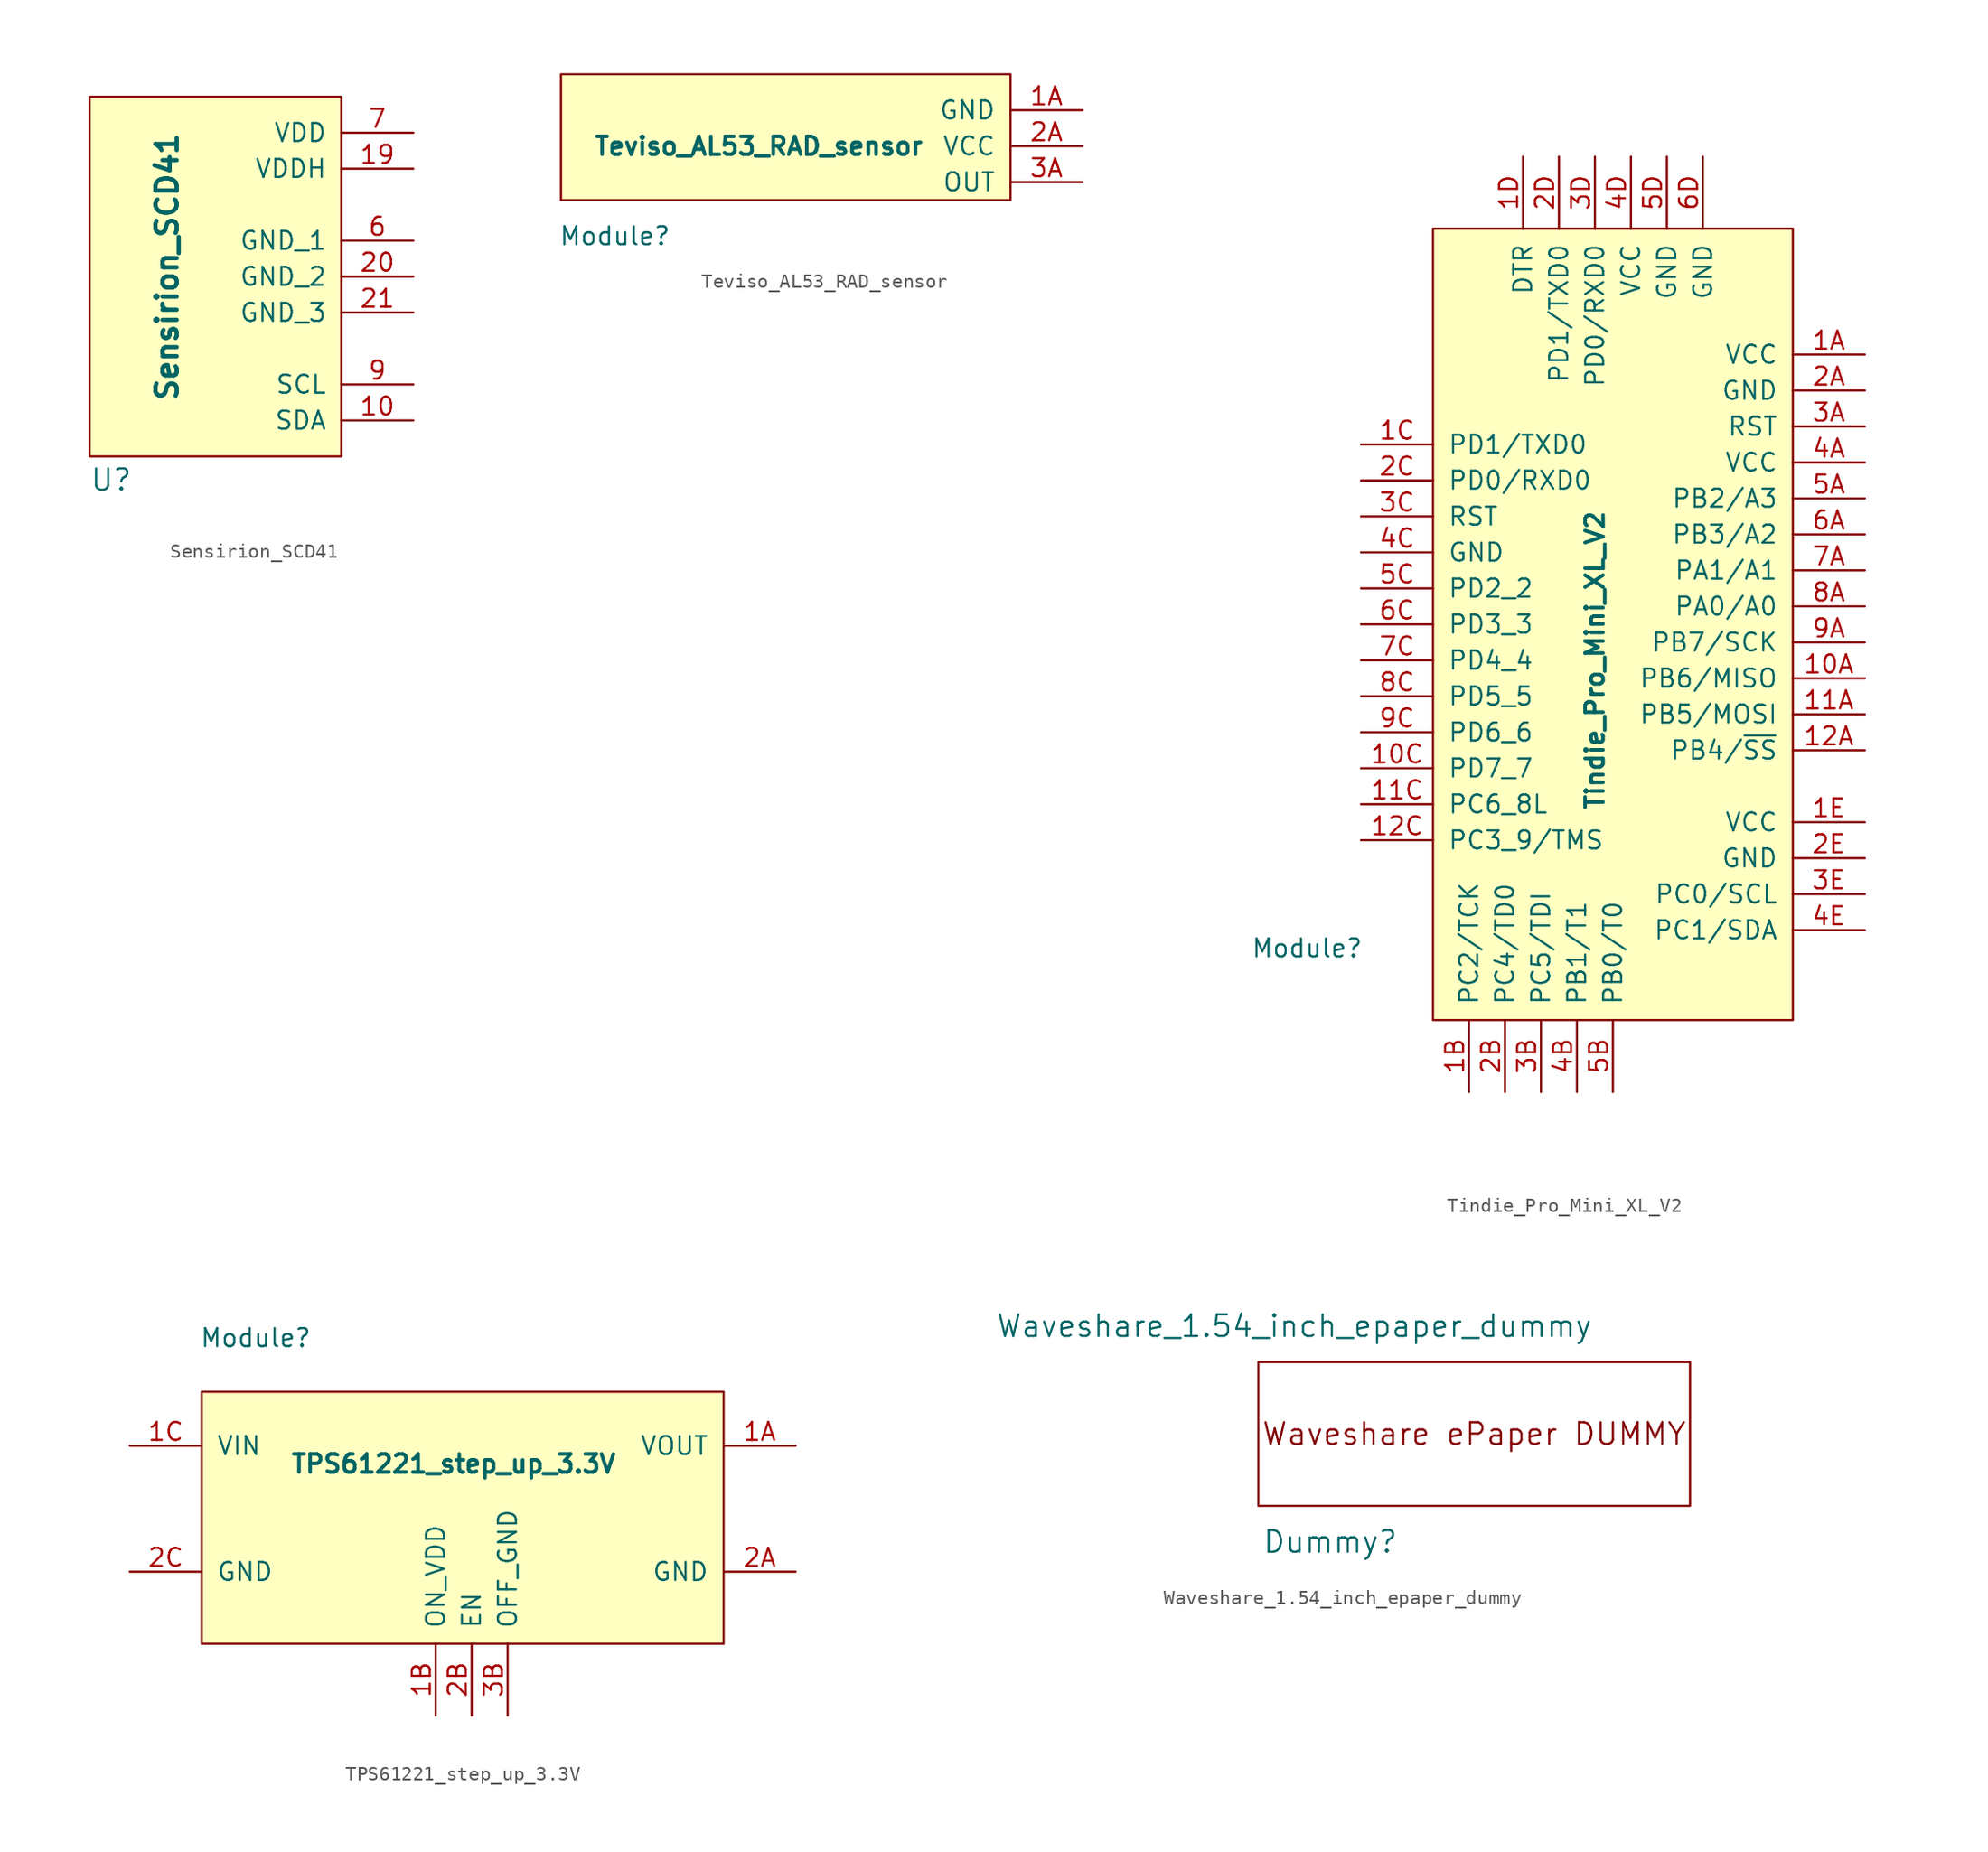
<source format=kicad_sym>
(kicad_symbol_lib
  (version 20211014)
  (generator kicad_symbol_editor)
  (symbol "Sensirion_SCD41"
    (pin_names
      (offset 0.991))
    (property "Reference" "U"
      (at 0 -27.94 0)
      (effects (font (size 1.499 1.499)) (justify left bottom)))
    (property "Value" "Sensirion_SCD41"
      (at 6.35 -21.59 90)
      (effects (font (size 1.499 1.499) bold) (justify left bottom)))
    (symbol "Sensirion_SCD41_0_1"
      (rectangle (start 0 -25.4) (end 17.78 0) (stroke (width 0) (type default) (color 0 0 0 0)) (fill (type background))))
    (symbol "Sensirion_SCD41_1_0"
      (pin bidirectional line (at 22.86 -22.86 180) (length 5.08) (name "SDA" (effects (font (size 1.27 1.27)))) (number "10" (effects (font (size 1.27 1.27)))))
      (pin power_in line (at 22.86 -5.08 180) (length 5.08) (name "VDDH" (effects (font (size 1.27 1.27)))) (number "19" (effects (font (size 1.27 1.27)))))
      (pin power_in line (at 22.86 -12.7 180) (length 5.08) (name "GND_2" (effects (font (size 1.27 1.27)))) (number "20" (effects (font (size 1.27 1.27)))))
      (pin power_in line (at 22.86 -15.24 180) (length 5.08) (name "GND_3" (effects (font (size 1.27 1.27)))) (number "21" (effects (font (size 1.27 1.27)))))
      (pin power_in line (at 22.86 -10.16 180) (length 5.08) (name "GND_1" (effects (font (size 1.27 1.27)))) (number "6" (effects (font (size 1.27 1.27)))))
      (pin power_in line (at 22.86 -2.54 180) (length 5.08) (name "VDD" (effects (font (size 1.27 1.27)))) (number "7" (effects (font (size 1.27 1.27)))))
      (pin input line (at 22.86 -20.32 180) (length 5.08) (name "SCL" (effects (font (size 1.27 1.27)))) (number "9" (effects (font (size 1.27 1.27)))))))
  (symbol "Teviso_AL53_RAD_sensor"
    (pin_names
      (offset 1.016))
    (property "Reference" "Module"
      (at 3.81 -2.54 0)
      (effects (font (size 1.27 1.27))))
    (property "Value" "Teviso_AL53_RAD_sensor"
      (at 13.97 3.81 0)
      (effects (font (size 1.27 1.27) bold)))
    (symbol "Teviso_AL53_RAD_sensor_0_1"
      (rectangle (start 31.75 0) (end 0 8.89) (stroke (width 0) (type default) (color 0 0 0 0)) (fill (type background))))
    (symbol "Teviso_AL53_RAD_sensor_1_1"
      (pin power_in line (at 36.83 6.35 180) (length 5.08) (name "GND" (effects (font (size 1.27 1.27)))) (number "1A" (effects (font (size 1.27 1.27)))))
      (pin power_in line (at 36.83 3.81 180) (length 5.08) (name "VCC" (effects (font (size 1.27 1.27)))) (number "2A" (effects (font (size 1.27 1.27)))))
      (pin output line (at 36.83 1.27 180) (length 5.08) (name "OUT" (effects (font (size 1.27 1.27)))) (number "3A" (effects (font (size 1.27 1.27)))))))
  (symbol "Tindie_Pro_Mini_XL_V2"
    (pin_names
      (offset 1.016))
    (property "Reference" "Module"
      (at -8.89 5.08 0)
      (effects (font (size 1.27 1.27))))
    (property "Value" "Tindie_Pro_Mini_XL_V2"
      (at 11.43 25.4 90)
      (effects (font (size 1.27 1.27) bold)))
    (symbol "Tindie_Pro_Mini_XL_V2_0_0"
      (pin bidirectional line (at 30.48 6.35 180) (length 5.08) (name "PC1/SDA" (effects (font (size 1.27 1.27)))) (number "4E" (effects (font (size 1.27 1.27))))))
    (symbol "Tindie_Pro_Mini_XL_V2_0_1"
      (rectangle (start 0 0) (end 25.4 55.88) (stroke (width 0) (type default) (color 0 0 0 0)) (fill (type background))))
    (symbol "Tindie_Pro_Mini_XL_V2_1_1"
      (pin bidirectional line (at 30.48 24.13 180) (length 5.08) (name "PB6/MISO" (effects (font (size 1.27 1.27)))) (number "10A" (effects (font (size 1.27 1.27)))))
      (pin bidirectional line (at -5.08 17.78 0) (length 5.08) (name "PD7_7" (effects (font (size 1.27 1.27)))) (number "10C" (effects (font (size 1.27 1.27)))))
      (pin bidirectional line (at 30.48 21.59 180) (length 5.08) (name "PB5/MOSI" (effects (font (size 1.27 1.27)))) (number "11A" (effects (font (size 1.27 1.27)))))
      (pin bidirectional line (at -5.08 15.24 0) (length 5.08) (name "PC6_8L" (effects (font (size 1.27 1.27)))) (number "11C" (effects (font (size 1.27 1.27)))))
      (pin bidirectional line (at 30.48 19.05 180) (length 5.08) (name "PB4/~{SS}" (effects (font (size 1.27 1.27)))) (number "12A" (effects (font (size 1.27 1.27)))))
      (pin bidirectional line (at -5.08 12.7 0) (length 5.08) (name "PC3_9/TMS" (effects (font (size 1.27 1.27)))) (number "12C" (effects (font (size 1.27 1.27)))))
      (pin power_in line (at 30.48 46.99 180) (length 5.08) (name "VCC" (effects (font (size 1.27 1.27)))) (number "1A" (effects (font (size 1.27 1.27)))))
      (pin bidirectional line (at 2.54 -5.08 90) (length 5.08) (name "PC2/TCK" (effects (font (size 1.27 1.27)))) (number "1B" (effects (font (size 1.27 1.27)))))
      (pin bidirectional line (at -5.08 40.64 0) (length 5.08) (name "PD1/TXD0" (effects (font (size 1.27 1.27)))) (number "1C" (effects (font (size 1.27 1.27)))))
      (pin input line (at 6.35 60.96 270) (length 5.08) (name "DTR" (effects (font (size 1.27 1.27)))) (number "1D" (effects (font (size 1.27 1.27)))))
      (pin power_in line (at 30.48 13.97 180) (length 5.08) (name "VCC" (effects (font (size 1.27 1.27)))) (number "1E" (effects (font (size 1.27 1.27)))))
      (pin power_in line (at 30.48 44.45 180) (length 5.08) (name "GND" (effects (font (size 1.27 1.27)))) (number "2A" (effects (font (size 1.27 1.27)))))
      (pin bidirectional line (at 5.08 -5.08 90) (length 5.08) (name "PC4/TD0" (effects (font (size 1.27 1.27)))) (number "2B" (effects (font (size 1.27 1.27)))))
      (pin bidirectional line (at -5.08 38.1 0) (length 5.08) (name "PD0/RXD0" (effects (font (size 1.27 1.27)))) (number "2C" (effects (font (size 1.27 1.27)))))
      (pin bidirectional line (at 8.89 60.96 270) (length 5.08) (name "PD1/TXD0" (effects (font (size 1.27 1.27)))) (number "2D" (effects (font (size 1.27 1.27)))))
      (pin power_in line (at 30.48 11.43 180) (length 5.08) (name "GND" (effects (font (size 1.27 1.27)))) (number "2E" (effects (font (size 1.27 1.27)))))
      (pin input line (at 30.48 41.91 180) (length 5.08) (name "RST" (effects (font (size 1.27 1.27)))) (number "3A" (effects (font (size 1.27 1.27)))))
      (pin bidirectional line (at 7.62 -5.08 90) (length 5.08) (name "PC5/TDI" (effects (font (size 1.27 1.27)))) (number "3B" (effects (font (size 1.27 1.27)))))
      (pin input line (at -5.08 35.56 0) (length 5.08) (name "RST" (effects (font (size 1.27 1.27)))) (number "3C" (effects (font (size 1.27 1.27)))))
      (pin bidirectional line (at 11.43 60.96 270) (length 5.08) (name "PD0/RXD0" (effects (font (size 1.27 1.27)))) (number "3D" (effects (font (size 1.27 1.27)))))
      (pin bidirectional line (at 30.48 8.89 180) (length 5.08) (name "PC0/SCL" (effects (font (size 1.27 1.27)))) (number "3E" (effects (font (size 1.27 1.27)))))
      (pin power_in line (at 30.48 39.37 180) (length 5.08) (name "VCC" (effects (font (size 1.27 1.27)))) (number "4A" (effects (font (size 1.27 1.27)))))
      (pin bidirectional line (at 10.16 -5.08 90) (length 5.08) (name "PB1/T1" (effects (font (size 1.27 1.27)))) (number "4B" (effects (font (size 1.27 1.27)))))
      (pin power_in line (at -5.08 33.02 0) (length 5.08) (name "GND" (effects (font (size 1.27 1.27)))) (number "4C" (effects (font (size 1.27 1.27)))))
      (pin power_in line (at 13.97 60.96 270) (length 5.08) (name "VCC" (effects (font (size 1.27 1.27)))) (number "4D" (effects (font (size 1.27 1.27)))))
      (pin input line (at 30.48 36.83 180) (length 5.08) (name "PB2/A3" (effects (font (size 1.27 1.27)))) (number "5A" (effects (font (size 1.27 1.27)))))
      (pin bidirectional line (at 12.7 -5.08 90) (length 5.08) (name "PB0/T0" (effects (font (size 1.27 1.27)))) (number "5B" (effects (font (size 1.27 1.27)))))
      (pin bidirectional line (at -5.08 30.48 0) (length 5.08) (name "PD2_2" (effects (font (size 1.27 1.27)))) (number "5C" (effects (font (size 1.27 1.27)))))
      (pin power_in line (at 16.51 60.96 270) (length 5.08) (name "GND" (effects (font (size 1.27 1.27)))) (number "5D" (effects (font (size 1.27 1.27)))))
      (pin input line (at 30.48 34.29 180) (length 5.08) (name "PB3/A2" (effects (font (size 1.27 1.27)))) (number "6A" (effects (font (size 1.27 1.27)))))
      (pin bidirectional line (at -5.08 27.94 0) (length 5.08) (name "PD3_3" (effects (font (size 1.27 1.27)))) (number "6C" (effects (font (size 1.27 1.27)))))
      (pin power_in line (at 19.05 60.96 270) (length 5.08) (name "GND" (effects (font (size 1.27 1.27)))) (number "6D" (effects (font (size 1.27 1.27)))))
      (pin input line (at 30.48 31.75 180) (length 5.08) (name "PA1/A1" (effects (font (size 1.27 1.27)))) (number "7A" (effects (font (size 1.27 1.27)))))
      (pin bidirectional line (at -5.08 25.4 0) (length 5.08) (name "PD4_4" (effects (font (size 1.27 1.27)))) (number "7C" (effects (font (size 1.27 1.27)))))
      (pin input line (at 30.48 29.21 180) (length 5.08) (name "PA0/A0" (effects (font (size 1.27 1.27)))) (number "8A" (effects (font (size 1.27 1.27)))))
      (pin bidirectional line (at -5.08 22.86 0) (length 5.08) (name "PD5_5" (effects (font (size 1.27 1.27)))) (number "8C" (effects (font (size 1.27 1.27)))))
      (pin bidirectional line (at 30.48 26.67 180) (length 5.08) (name "PB7/SCK" (effects (font (size 1.27 1.27)))) (number "9A" (effects (font (size 1.27 1.27)))))
      (pin bidirectional line (at -5.08 20.32 0) (length 5.08) (name "PD6_6" (effects (font (size 1.27 1.27)))) (number "9C" (effects (font (size 1.27 1.27)))))))
  (symbol "TPS61221_step_up_3.3V"
    (pin_names
      (offset 1.016))
    (property "Reference" "Module"
      (at 3.81 21.59 0)
      (effects (font (size 1.27 1.27))))
    (property "Value" "TPS61221_step_up_3.3V"
      (at 17.78 12.7 0)
      (effects (font (size 1.27 1.27) bold)))
    (symbol "TPS61221_step_up_3.3V_0_1"
      (rectangle (start 36.83 0) (end 0 17.78) (stroke (width 0) (type default) (color 0 0 0 0)) (fill (type background))))
    (symbol "TPS61221_step_up_3.3V_1_1"
      (pin power_out line (at 41.91 13.97 180) (length 5.08) (name "VOUT" (effects (font (size 1.27 1.27)))) (number "1A" (effects (font (size 1.27 1.27)))))
      (pin output line (at 16.51 -5.08 90) (length 5.08) (name "ON_VDD" (effects (font (size 1.27 1.27)))) (number "1B" (effects (font (size 1.27 1.27)))))
      (pin power_in line (at -5.08 13.97 0) (length 5.08) (name "VIN" (effects (font (size 1.27 1.27)))) (number "1C" (effects (font (size 1.27 1.27)))))
      (pin power_in line (at 41.91 5.08 180) (length 5.08) (name "GND" (effects (font (size 1.27 1.27)))) (number "2A" (effects (font (size 1.27 1.27)))))
      (pin input line (at 19.05 -5.08 90) (length 5.08) (name "EN" (effects (font (size 1.27 1.27)))) (number "2B" (effects (font (size 1.27 1.27)))))
      (pin power_in line (at -5.08 5.08 0) (length 5.08) (name "GND" (effects (font (size 1.27 1.27)))) (number "2C" (effects (font (size 1.27 1.27)))))
      (pin output line (at 21.59 -5.08 90) (length 5.08) (name "OFF_GND" (effects (font (size 1.27 1.27)))) (number "3B" (effects (font (size 1.27 1.27)))))))
  (symbol "Waveshare_1.54_inch_epaper_dummy"
    (pin_names
      (offset 0.991))
    (property "Reference" "Dummy"
      (at 5.08 -12.7 0)
      (effects (font (size 1.524 1.524))))
    (property "Value" "Waveshare_1.54_inch_epaper_dummy"
      (at 2.54 2.54 0)
      (effects (font (size 1.524 1.524))))
    (symbol "Waveshare_1.54_inch_epaper_dummy_0_0"
      (rectangle (start 0 0) (end 30.48 -10.16) (stroke (width 0) (type default) (color 0 0 0 0)) (fill (type none)))
      (text "Waveshare ePaper DUMMY" (at 15.24 -5.08 0) (effects (font (size 1.524 1.524)))))))
</source>
